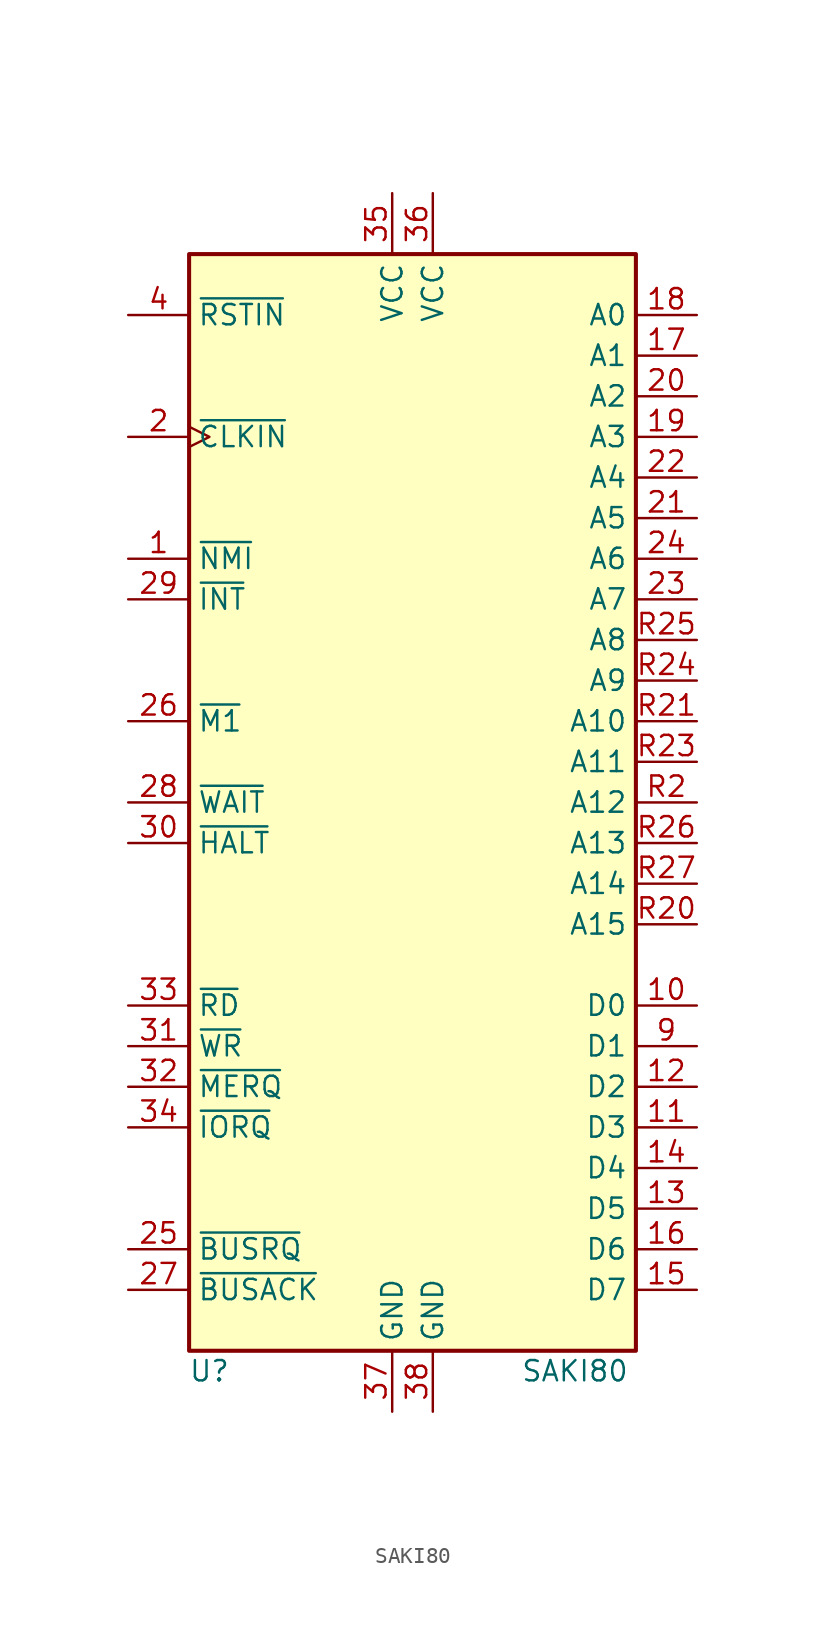
<source format=kicad_sym>
(kicad_symbol_lib
  (version 20211014)
  (generator kicad_symbol_editor)
  (symbol "SAKI80"
    (property "Reference" "U"
      (at -12.7 -38.1 0)
      (effects (font (size 1.27 1.27))))
    (property "Value" "SAKI80"
      (at 10.16 -38.1 0)
      (effects (font (size 1.27 1.27))))
    (symbol "SAKI80_0_1"
      (rectangle (start -13.97 31.75) (end 13.97 -36.83) (stroke (width 0.254) (type default) (color 0 0 0 0)) (fill (type background))))
    (symbol "SAKI80_1_1"
      (pin input line (at -17.78 12.7 0) (length 3.81) (name "~{NMI}" (effects (font (size 1.27 1.27)))) (number "1" (effects (font (size 1.27 1.27)))))
      (pin bidirectional line (at 17.78 -15.24 180) (length 3.81) (name "D0" (effects (font (size 1.27 1.27)))) (number "10" (effects (font (size 1.27 1.27)))))
      (pin bidirectional line (at 17.78 -22.86 180) (length 3.81) (name "D3" (effects (font (size 1.27 1.27)))) (number "11" (effects (font (size 1.27 1.27)))))
      (pin bidirectional line (at 17.78 -20.32 180) (length 3.81) (name "D2" (effects (font (size 1.27 1.27)))) (number "12" (effects (font (size 1.27 1.27)))))
      (pin bidirectional line (at 17.78 -27.94 180) (length 3.81) (name "D5" (effects (font (size 1.27 1.27)))) (number "13" (effects (font (size 1.27 1.27)))))
      (pin bidirectional line (at 17.78 -25.4 180) (length 3.81) (name "D4" (effects (font (size 1.27 1.27)))) (number "14" (effects (font (size 1.27 1.27)))))
      (pin bidirectional line (at 17.78 -33.02 180) (length 3.81) (name "D7" (effects (font (size 1.27 1.27)))) (number "15" (effects (font (size 1.27 1.27)))))
      (pin bidirectional line (at 17.78 -30.48 180) (length 3.81) (name "D6" (effects (font (size 1.27 1.27)))) (number "16" (effects (font (size 1.27 1.27)))))
      (pin output line (at 17.78 25.4 180) (length 3.81) (name "A1" (effects (font (size 1.27 1.27)))) (number "17" (effects (font (size 1.27 1.27)))))
      (pin output line (at 17.78 27.94 180) (length 3.81) (name "A0" (effects (font (size 1.27 1.27)))) (number "18" (effects (font (size 1.27 1.27)))))
      (pin output line (at 17.78 20.32 180) (length 3.81) (name "A3" (effects (font (size 1.27 1.27)))) (number "19" (effects (font (size 1.27 1.27)))))
      (pin input clock (at -17.78 20.32 0) (length 3.81) (name "~{CLKIN}" (effects (font (size 1.27 1.27)))) (number "2" (effects (font (size 1.27 1.27)))))
      (pin output line (at 17.78 22.86 180) (length 3.81) (name "A2" (effects (font (size 1.27 1.27)))) (number "20" (effects (font (size 1.27 1.27)))))
      (pin output line (at 17.78 15.24 180) (length 3.81) (name "A5" (effects (font (size 1.27 1.27)))) (number "21" (effects (font (size 1.27 1.27)))))
      (pin output line (at 17.78 17.78 180) (length 3.81) (name "A4" (effects (font (size 1.27 1.27)))) (number "22" (effects (font (size 1.27 1.27)))))
      (pin output line (at 17.78 10.16 180) (length 3.81) (name "A7" (effects (font (size 1.27 1.27)))) (number "23" (effects (font (size 1.27 1.27)))))
      (pin output line (at 17.78 12.7 180) (length 3.81) (name "A6" (effects (font (size 1.27 1.27)))) (number "24" (effects (font (size 1.27 1.27)))))
      (pin input line (at -17.78 -30.48 0) (length 3.81) (name "~{BUSRQ}" (effects (font (size 1.27 1.27)))) (number "25" (effects (font (size 1.27 1.27)))))
      (pin output line (at -17.78 2.54 0) (length 3.81) (name "~{M1}" (effects (font (size 1.27 1.27)))) (number "26" (effects (font (size 1.27 1.27)))))
      (pin output line (at -17.78 -33.02 0) (length 3.81) (name "~{BUSACK}" (effects (font (size 1.27 1.27)))) (number "27" (effects (font (size 1.27 1.27)))))
      (pin input line (at -17.78 -2.54 0) (length 3.81) (name "~{WAIT}" (effects (font (size 1.27 1.27)))) (number "28" (effects (font (size 1.27 1.27)))))
      (pin input line (at -17.78 10.16 0) (length 3.81) (name "~{INT}" (effects (font (size 1.27 1.27)))) (number "29" (effects (font (size 1.27 1.27)))))
      (pin output line (at -17.78 -5.08 0) (length 3.81) (name "~{HALT}" (effects (font (size 1.27 1.27)))) (number "30" (effects (font (size 1.27 1.27)))))
      (pin output line (at -17.78 -17.78 0) (length 3.81) (name "~{WR}" (effects (font (size 1.27 1.27)))) (number "31" (effects (font (size 1.27 1.27)))))
      (pin output line (at -17.78 -20.32 0) (length 3.81) (name "~{MERQ}" (effects (font (size 1.27 1.27)))) (number "32" (effects (font (size 1.27 1.27)))))
      (pin output line (at -17.78 -15.24 0) (length 3.81) (name "~{RD}" (effects (font (size 1.27 1.27)))) (number "33" (effects (font (size 1.27 1.27)))))
      (pin output line (at -17.78 -22.86 0) (length 3.81) (name "~{IORQ}" (effects (font (size 1.27 1.27)))) (number "34" (effects (font (size 1.27 1.27)))))
      (pin power_in line (at -1.27 35.56 270) (length 3.81) (name "VCC" (effects (font (size 1.27 1.27)))) (number "35" (effects (font (size 1.27 1.27)))))
      (pin power_in line (at 1.27 35.56 270) (length 3.81) (name "VCC" (effects (font (size 1.27 1.27)))) (number "36" (effects (font (size 1.27 1.27)))))
      (pin power_in line (at -1.27 -40.64 90) (length 3.81) (name "GND" (effects (font (size 1.27 1.27)))) (number "37" (effects (font (size 1.27 1.27)))))
      (pin power_in line (at 1.27 -40.64 90) (length 3.81) (name "GND" (effects (font (size 1.27 1.27)))) (number "38" (effects (font (size 1.27 1.27)))))
      (pin input line (at -17.78 27.94 0) (length 3.81) (name "~{RSTIN}" (effects (font (size 1.27 1.27)))) (number "4" (effects (font (size 1.27 1.27)))))
      (pin bidirectional line (at 17.78 -17.78 180) (length 3.81) (name "D1" (effects (font (size 1.27 1.27)))) (number "9" (effects (font (size 1.27 1.27)))))
      (pin output line (at 17.78 -2.54 180) (length 3.81) (name "A12" (effects (font (size 1.27 1.27)))) (number "R2" (effects (font (size 1.27 1.27)))))
      (pin output line (at 17.78 -10.16 180) (length 3.81) (name "A15" (effects (font (size 1.27 1.27)))) (number "R20" (effects (font (size 1.27 1.27)))))
      (pin output line (at 17.78 2.54 180) (length 3.81) (name "A10" (effects (font (size 1.27 1.27)))) (number "R21" (effects (font (size 1.27 1.27)))))
      (pin output line (at 17.78 0 180) (length 3.81) (name "A11" (effects (font (size 1.27 1.27)))) (number "R23" (effects (font (size 1.27 1.27)))))
      (pin output line (at 17.78 5.08 180) (length 3.81) (name "A9" (effects (font (size 1.27 1.27)))) (number "R24" (effects (font (size 1.27 1.27)))))
      (pin output line (at 17.78 7.62 180) (length 3.81) (name "A8" (effects (font (size 1.27 1.27)))) (number "R25" (effects (font (size 1.27 1.27)))))
      (pin output line (at 17.78 -5.08 180) (length 3.81) (name "A13" (effects (font (size 1.27 1.27)))) (number "R26" (effects (font (size 1.27 1.27)))))
      (pin output line (at 17.78 -7.62 180) (length 3.81) (name "A14" (effects (font (size 1.27 1.27)))) (number "R27" (effects (font (size 1.27 1.27))))))))
</source>
